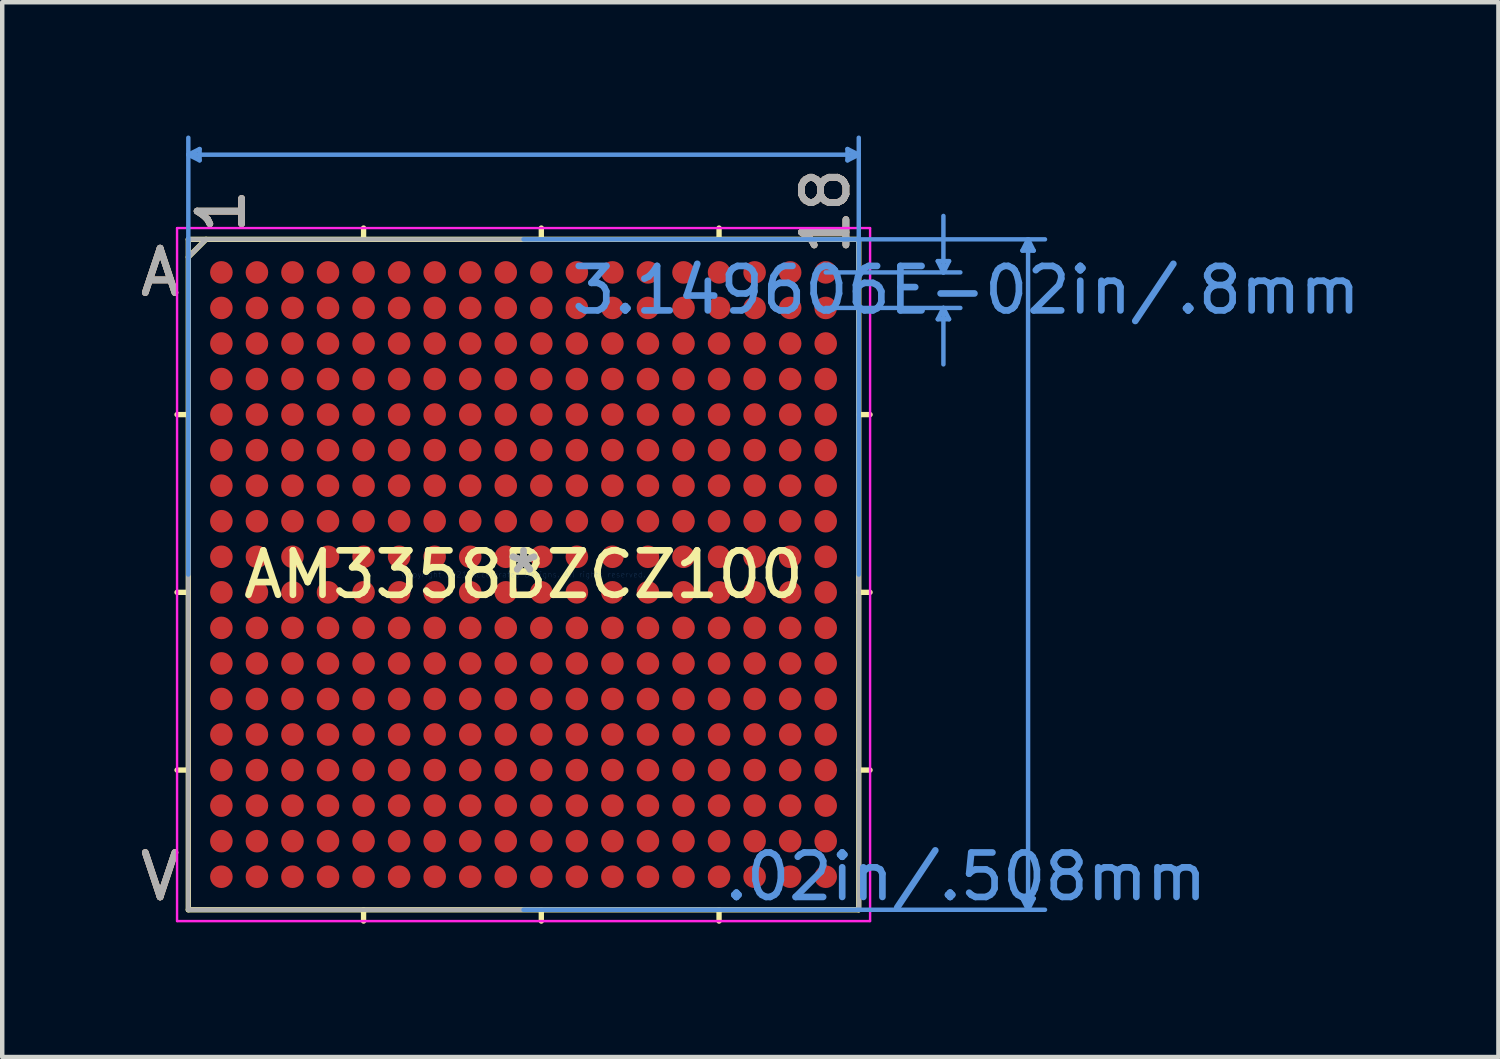
<source format=kicad_pcb>
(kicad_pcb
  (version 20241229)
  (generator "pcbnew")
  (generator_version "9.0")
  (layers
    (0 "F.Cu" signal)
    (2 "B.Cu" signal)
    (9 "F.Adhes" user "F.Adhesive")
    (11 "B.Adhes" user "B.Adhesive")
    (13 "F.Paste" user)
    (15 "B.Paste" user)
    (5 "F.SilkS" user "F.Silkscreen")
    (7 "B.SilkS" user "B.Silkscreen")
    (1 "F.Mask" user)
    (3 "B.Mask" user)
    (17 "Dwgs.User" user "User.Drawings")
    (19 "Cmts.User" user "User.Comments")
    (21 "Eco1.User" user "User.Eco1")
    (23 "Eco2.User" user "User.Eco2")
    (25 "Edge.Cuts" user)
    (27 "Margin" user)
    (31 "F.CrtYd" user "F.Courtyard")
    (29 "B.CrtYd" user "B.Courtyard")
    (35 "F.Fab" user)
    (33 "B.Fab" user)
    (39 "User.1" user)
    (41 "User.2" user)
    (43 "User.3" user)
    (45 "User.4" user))
  (footprint "AM3358BZCZ100"
    (layer "F.Cu")
    (at 8.732 9.88)
    (property "Reference" "AM3358BZCZ100" (at 0 0 0) (layer "F.SilkS") (effects (font (size 1 1) (thickness 0.15))))
    (attr through_hole)
    (fp_line (start -7.544 -7.544) (end -7.544 7.544) (stroke (width 0.12) (type solid)) (layer "F.SilkS"))
    (fp_line (start -7.544 -3.6) (end -7.798 -3.6) (stroke (width 0.12) (type solid)) (layer "F.SilkS"))
    (fp_line (start -7.544 0.4) (end -7.798 0.4) (stroke (width 0.12) (type solid)) (layer "F.SilkS"))
    (fp_line (start -7.544 4.4) (end -7.798 4.4) (stroke (width 0.12) (type solid)) (layer "F.SilkS"))
    (fp_line (start -7.544 7.544) (end 7.544 7.544) (stroke (width 0.12) (type solid)) (layer "F.SilkS"))
    (fp_line (start -7.144 -7.544) (end -7.544 -7.144) (stroke (width 0.12) (type solid)) (layer "F.SilkS"))
    (fp_line (start -3.6 -7.544) (end -3.6 -7.798) (stroke (width 0.12) (type solid)) (layer "F.SilkS"))
    (fp_line (start -3.6 7.544) (end -3.6 7.798) (stroke (width 0.12) (type solid)) (layer "F.SilkS"))
    (fp_line (start 0.4 -7.544) (end 0.4 -7.798) (stroke (width 0.12) (type solid)) (layer "F.SilkS"))
    (fp_line (start 0.4 7.544) (end 0.4 7.798) (stroke (width 0.12) (type solid)) (layer "F.SilkS"))
    (fp_line (start 4.4 -7.544) (end 4.4 -7.798) (stroke (width 0.12) (type solid)) (layer "F.SilkS"))
    (fp_line (start 4.4 7.544) (end 4.4 7.798) (stroke (width 0.12) (type solid)) (layer "F.SilkS"))
    (fp_line (start 7.544 -7.544) (end -7.544 -7.544) (stroke (width 0.12) (type solid)) (layer "F.SilkS"))
    (fp_line (start 7.544 -3.6) (end 7.798 -3.6) (stroke (width 0.12) (type solid)) (layer "F.SilkS"))
    (fp_line (start 7.544 0.4) (end 7.798 0.4) (stroke (width 0.12) (type solid)) (layer "F.SilkS"))
    (fp_line (start 7.544 4.4) (end 7.798 4.4) (stroke (width 0.12) (type solid)) (layer "F.SilkS"))
    (fp_line (start 7.544 7.544) (end 7.544 -7.544) (stroke (width 0.12) (type solid)) (layer "F.SilkS"))
    (fp_line (start -7.544 -9.449) (end -7.29 -9.576) (stroke (width 0.1) (type solid)) (layer "Cmts.User"))
    (fp_line (start -7.544 -9.449) (end -7.29 -9.322) (stroke (width 0.1) (type solid)) (layer "Cmts.User"))
    (fp_line (start -7.544 -9.449) (end 7.544 -9.449) (stroke (width 0.1) (type solid)) (layer "Cmts.User"))
    (fp_line (start -7.544 0) (end -7.544 -9.83) (stroke (width 0.1) (type solid)) (layer "Cmts.User"))
    (fp_line (start -7.29 -9.576) (end -7.29 -9.322) (stroke (width 0.1) (type solid)) (layer "Cmts.User"))
    (fp_line (start 0 -7.544) (end 11.735 -7.544) (stroke (width 0.1) (type solid)) (layer "Cmts.User"))
    (fp_line (start 0 7.544) (end 11.735 7.544) (stroke (width 0.1) (type solid)) (layer "Cmts.User"))
    (fp_line (start 6.8 -6.8) (end 9.83 -6.8) (stroke (width 0.1) (type solid)) (layer "Cmts.User"))
    (fp_line (start 6.8 -6) (end 9.83 -6) (stroke (width 0.1) (type solid)) (layer "Cmts.User"))
    (fp_line (start 7.29 -9.576) (end 7.29 -9.322) (stroke (width 0.1) (type solid)) (layer "Cmts.User"))
    (fp_line (start 7.544 -9.449) (end 7.29 -9.576) (stroke (width 0.1) (type solid)) (layer "Cmts.User"))
    (fp_line (start 7.544 -9.449) (end 7.29 -9.322) (stroke (width 0.1) (type solid)) (layer "Cmts.User"))
    (fp_line (start 7.544 0) (end 7.544 -9.83) (stroke (width 0.1) (type solid)) (layer "Cmts.User"))
    (fp_line (start 9.322 -7.054) (end 9.576 -7.054) (stroke (width 0.1) (type solid)) (layer "Cmts.User"))
    (fp_line (start 9.322 -5.746) (end 9.576 -5.746) (stroke (width 0.1) (type solid)) (layer "Cmts.User"))
    (fp_line (start 9.449 -6.8) (end 9.322 -7.054) (stroke (width 0.1) (type solid)) (layer "Cmts.User"))
    (fp_line (start 9.449 -6.8) (end 9.449 -8.07) (stroke (width 0.1) (type solid)) (layer "Cmts.User"))
    (fp_line (start 9.449 -6.8) (end 9.576 -7.054) (stroke (width 0.1) (type solid)) (layer "Cmts.User"))
    (fp_line (start 9.449 -6) (end 9.322 -5.746) (stroke (width 0.1) (type solid)) (layer "Cmts.User"))
    (fp_line (start 9.449 -6) (end 9.449 -4.73) (stroke (width 0.1) (type solid)) (layer "Cmts.User"))
    (fp_line (start 9.449 -6) (end 9.576 -5.746) (stroke (width 0.1) (type solid)) (layer "Cmts.User"))
    (fp_line (start 11.227 -7.29) (end 11.481 -7.29) (stroke (width 0.1) (type solid)) (layer "Cmts.User"))
    (fp_line (start 11.227 7.29) (end 11.481 7.29) (stroke (width 0.1) (type solid)) (layer "Cmts.User"))
    (fp_line (start 11.354 -7.544) (end 11.227 -7.29) (stroke (width 0.1) (type solid)) (layer "Cmts.User"))
    (fp_line (start 11.354 -7.544) (end 11.354 7.544) (stroke (width 0.1) (type solid)) (layer "Cmts.User"))
    (fp_line (start 11.354 -7.544) (end 11.481 -7.29) (stroke (width 0.1) (type solid)) (layer "Cmts.User"))
    (fp_line (start 11.354 7.544) (end 11.227 7.29) (stroke (width 0.1) (type solid)) (layer "Cmts.User"))
    (fp_line (start 11.354 7.544) (end 11.481 7.29) (stroke (width 0.1) (type solid)) (layer "Cmts.User"))
    (fp_line (start -7.798 -7.798) (end 7.798 -7.798) (stroke (width 0.05) (type solid)) (layer "F.CrtYd"))
    (fp_line (start -7.798 -7.798) (end 7.798 -7.798) (stroke (width 0.05) (type solid)) (layer "F.CrtYd"))
    (fp_line (start -7.798 7.798) (end -7.798 -7.798) (stroke (width 0.05) (type solid)) (layer "F.CrtYd"))
    (fp_line (start -7.798 7.798) (end -7.798 -7.798) (stroke (width 0.05) (type solid)) (layer "F.CrtYd"))
    (fp_line (start 7.798 -7.798) (end 7.798 7.798) (stroke (width 0.05) (type solid)) (layer "F.CrtYd"))
    (fp_line (start 7.798 -7.798) (end 7.798 7.798) (stroke (width 0.05) (type solid)) (layer "F.CrtYd"))
    (fp_line (start 7.798 7.798) (end -7.798 7.798) (stroke (width 0.05) (type solid)) (layer "F.CrtYd"))
    (fp_line (start 7.798 7.798) (end -7.798 7.798) (stroke (width 0.05) (type solid)) (layer "F.CrtYd"))
    (fp_line (start -7.544 -7.544) (end -7.544 7.544) (stroke (width 0.1) (type solid)) (layer "F.Fab"))
    (fp_line (start -7.544 7.544) (end 7.544 7.544) (stroke (width 0.1) (type solid)) (layer "F.Fab"))
    (fp_line (start -7.144 -7.544) (end -7.544 -7.144) (stroke (width 0.1) (type solid)) (layer "F.Fab"))
    (fp_line (start 7.544 -7.544) (end -7.544 -7.544) (stroke (width 0.1) (type solid)) (layer "F.Fab"))
    (fp_line (start 7.544 7.544) (end 7.544 -7.544) (stroke (width 0.1) (type solid)) (layer "F.Fab"))
    (fp_text user "18" (at 6.8 -8.179 90) (layer "F.SilkS") (effects (font (size 1 1) (thickness 0.15))))
    (fp_text user "1" (at -6.8 -8.179 90) (layer "F.SilkS") (effects (font (size 1 1) (thickness 0.15))))
    (fp_text user "V" (at -8.179 6.8 0) (layer "F.SilkS") (effects (font (size 1 1) (thickness 0.15))))
    (fp_text user "*" (at 0 0 0) (layer "F.SilkS") (effects (font (size 1 1) (thickness 0.15))))
    (fp_text user "A" (at -8.179 -6.8 0) (layer "F.SilkS") (effects (font (size 1 1) (thickness 0.15))))
    (fp_text user "A" (at -8.179 -6.8 0) (layer "B.SilkS") (effects (font (size 1 1) (thickness 0.15))))
    (fp_text user "1" (at -6.8 -8.179 90) (layer "B.SilkS") (effects (font (size 1 1) (thickness 0.15))))
    (fp_text user "V" (at -8.179 6.8 0) (layer "B.SilkS") (effects (font (size 1 1) (thickness 0.15))))
    (fp_text user "18" (at 6.8 -8.179 90) (layer "B.SilkS") (effects (font (size 1 1) (thickness 0.15))))
    (fp_text user ".02in/.508mm" (at 9.957 6.8 0) (layer "Cmts.User") (effects (font (size 1 1) (thickness 0.15))))
    (fp_text user "Copyright 2021 Accelerated Designs. All rights reserved." (at 0 0 0) (layer "Cmts.User") (effects (font (size 0.127 0.127) (thickness 0.002))))
    (fp_text user "3.149606E-02in/.8mm" (at 9.957 -6.4 0) (layer "Cmts.User") (effects (font (size 1 1) (thickness 0.15))))
    (fp_text user "18" (at 6.8 -8.179 90) (layer "F.Fab") (effects (font (size 1 1) (thickness 0.15))))
    (fp_text user "1" (at -6.8 -8.179 90) (layer "F.Fab") (effects (font (size 1 1) (thickness 0.15))))
    (fp_text user "A" (at -8.179 -6.8 0) (layer "F.Fab") (effects (font (size 1 1) (thickness 0.15))))
    (fp_text user "V" (at -8.179 6.8 0) (layer "F.Fab") (effects (font (size 1 1) (thickness 0.15))))
    (fp_text user "*" (at 0 0 0) (layer "F.Fab") (effects (font (size 1 1) (thickness 0.15))))
    (pad "A1" smd circle (at -6.8 -6.8) (size 0.508 0.508) (layers "F.Cu"))
    (pad "A2" smd circle (at -6 -6.8) (size 0.508 0.508) (layers "F.Cu"))
    (pad "A3" smd circle (at -5.2 -6.8) (size 0.508 0.508) (layers "F.Cu"))
    (pad "A4" smd circle (at -4.4 -6.8) (size 0.508 0.508) (layers "F.Cu"))
    (pad "A5" smd circle (at -3.6 -6.8) (size 0.508 0.508) (layers "F.Cu"))
    (pad "A6" smd circle (at -2.8 -6.8) (size 0.508 0.508) (layers "F.Cu"))
    (pad "A7" smd circle (at -2 -6.8) (size 0.508 0.508) (layers "F.Cu"))
    (pad "A8" smd circle (at -1.2 -6.8) (size 0.508 0.508) (layers "F.Cu"))
    (pad "A9" smd circle (at -0.4 -6.8) (size 0.508 0.508) (layers "F.Cu"))
    (pad "A10" smd circle (at 0.4 -6.8) (size 0.508 0.508) (layers "F.Cu"))
    (pad "A11" smd circle (at 1.2 -6.8) (size 0.508 0.508) (layers "F.Cu"))
    (pad "A12" smd circle (at 2 -6.8) (size 0.508 0.508) (layers "F.Cu"))
    (pad "A13" smd circle (at 2.8 -6.8) (size 0.508 0.508) (layers "F.Cu"))
    (pad "A14" smd circle (at 3.6 -6.8) (size 0.508 0.508) (layers "F.Cu"))
    (pad "A15" smd circle (at 4.4 -6.8) (size 0.508 0.508) (layers "F.Cu"))
    (pad "A16" smd circle (at 5.2 -6.8) (size 0.508 0.508) (layers "F.Cu"))
    (pad "A17" smd circle (at 6 -6.8) (size 0.508 0.508) (layers "F.Cu"))
    (pad "A18" smd circle (at 6.8 -6.8) (size 0.508 0.508) (layers "F.Cu"))
    (pad "B1" smd circle (at -6.8 -6) (size 0.508 0.508) (layers "F.Cu"))
    (pad "B2" smd circle (at -6 -6) (size 0.508 0.508) (layers "F.Cu"))
    (pad "B3" smd circle (at -5.2 -6) (size 0.508 0.508) (layers "F.Cu"))
    (pad "B4" smd circle (at -4.4 -6) (size 0.508 0.508) (layers "F.Cu"))
    (pad "B5" smd circle (at -3.6 -6) (size 0.508 0.508) (layers "F.Cu"))
    (pad "B6" smd circle (at -2.8 -6) (size 0.508 0.508) (layers "F.Cu"))
    (pad "B7" smd circle (at -2 -6) (size 0.508 0.508) (layers "F.Cu"))
    (pad "B8" smd circle (at -1.2 -6) (size 0.508 0.508) (layers "F.Cu"))
    (pad "B9" smd circle (at -0.4 -6) (size 0.508 0.508) (layers "F.Cu"))
    (pad "B10" smd circle (at 0.4 -6) (size 0.508 0.508) (layers "F.Cu"))
    (pad "B11" smd circle (at 1.2 -6) (size 0.508 0.508) (layers "F.Cu"))
    (pad "B12" smd circle (at 2 -6) (size 0.508 0.508) (layers "F.Cu"))
    (pad "B13" smd circle (at 2.8 -6) (size 0.508 0.508) (layers "F.Cu"))
    (pad "B14" smd circle (at 3.6 -6) (size 0.508 0.508) (layers "F.Cu"))
    (pad "B15" smd circle (at 4.4 -6) (size 0.508 0.508) (layers "F.Cu"))
    (pad "B16" smd circle (at 5.2 -6) (size 0.508 0.508) (layers "F.Cu"))
    (pad "B17" smd circle (at 6 -6) (size 0.508 0.508) (layers "F.Cu"))
    (pad "B18" smd circle (at 6.8 -6) (size 0.508 0.508) (layers "F.Cu"))
    (pad "C1" smd circle (at -6.8 -5.2) (size 0.508 0.508) (layers "F.Cu"))
    (pad "C2" smd circle (at -6 -5.2) (size 0.508 0.508) (layers "F.Cu"))
    (pad "C3" smd circle (at -5.2 -5.2) (size 0.508 0.508) (layers "F.Cu"))
    (pad "C4" smd circle (at -4.4 -5.2) (size 0.508 0.508) (layers "F.Cu"))
    (pad "C5" smd circle (at -3.6 -5.2) (size 0.508 0.508) (layers "F.Cu"))
    (pad "C6" smd circle (at -2.8 -5.2) (size 0.508 0.508) (layers "F.Cu"))
    (pad "C7" smd circle (at -2 -5.2) (size 0.508 0.508) (layers "F.Cu"))
    (pad "C8" smd circle (at -1.2 -5.2) (size 0.508 0.508) (layers "F.Cu"))
    (pad "C9" smd circle (at -0.4 -5.2) (size 0.508 0.508) (layers "F.Cu"))
    (pad "C10" smd circle (at 0.4 -5.2) (size 0.508 0.508) (layers "F.Cu"))
    (pad "C11" smd circle (at 1.2 -5.2) (size 0.508 0.508) (layers "F.Cu"))
    (pad "C12" smd circle (at 2 -5.2) (size 0.508 0.508) (layers "F.Cu"))
    (pad "C13" smd circle (at 2.8 -5.2) (size 0.508 0.508) (layers "F.Cu"))
    (pad "C14" smd circle (at 3.6 -5.2) (size 0.508 0.508) (layers "F.Cu"))
    (pad "C15" smd circle (at 4.4 -5.2) (size 0.508 0.508) (layers "F.Cu"))
    (pad "C16" smd circle (at 5.2 -5.2) (size 0.508 0.508) (layers "F.Cu"))
    (pad "C17" smd circle (at 6 -5.2) (size 0.508 0.508) (layers "F.Cu"))
    (pad "C18" smd circle (at 6.8 -5.2) (size 0.508 0.508) (layers "F.Cu"))
    (pad "D1" smd circle (at -6.8 -4.4) (size 0.508 0.508) (layers "F.Cu"))
    (pad "D2" smd circle (at -6 -4.4) (size 0.508 0.508) (layers "F.Cu"))
    (pad "D3" smd circle (at -5.2 -4.4) (size 0.508 0.508) (layers "F.Cu"))
    (pad "D4" smd circle (at -4.4 -4.4) (size 0.508 0.508) (layers "F.Cu"))
    (pad "D5" smd circle (at -3.6 -4.4) (size 0.508 0.508) (layers "F.Cu"))
    (pad "D6" smd circle (at -2.8 -4.4) (size 0.508 0.508) (layers "F.Cu"))
    (pad "D7" smd circle (at -2 -4.4) (size 0.508 0.508) (layers "F.Cu"))
    (pad "D8" smd circle (at -1.2 -4.4) (size 0.508 0.508) (layers "F.Cu"))
    (pad "D9" smd circle (at -0.4 -4.4) (size 0.508 0.508) (layers "F.Cu"))
    (pad "D10" smd circle (at 0.4 -4.4) (size 0.508 0.508) (layers "F.Cu"))
    (pad "D11" smd circle (at 1.2 -4.4) (size 0.508 0.508) (layers "F.Cu"))
    (pad "D12" smd circle (at 2 -4.4) (size 0.508 0.508) (layers "F.Cu"))
    (pad "D13" smd circle (at 2.8 -4.4) (size 0.508 0.508) (layers "F.Cu"))
    (pad "D14" smd circle (at 3.6 -4.4) (size 0.508 0.508) (layers "F.Cu"))
    (pad "D15" smd circle (at 4.4 -4.4) (size 0.508 0.508) (layers "F.Cu"))
    (pad "D16" smd circle (at 5.2 -4.4) (size 0.508 0.508) (layers "F.Cu"))
    (pad "D17" smd circle (at 6 -4.4) (size 0.508 0.508) (layers "F.Cu"))
    (pad "D18" smd circle (at 6.8 -4.4) (size 0.508 0.508) (layers "F.Cu"))
    (pad "E1" smd circle (at -6.8 -3.6) (size 0.508 0.508) (layers "F.Cu"))
    (pad "E2" smd circle (at -6 -3.6) (size 0.508 0.508) (layers "F.Cu"))
    (pad "E3" smd circle (at -5.2 -3.6) (size 0.508 0.508) (layers "F.Cu"))
    (pad "E4" smd circle (at -4.4 -3.6) (size 0.508 0.508) (layers "F.Cu"))
    (pad "E5" smd circle (at -3.6 -3.6) (size 0.508 0.508) (layers "F.Cu"))
    (pad "E6" smd circle (at -2.8 -3.6) (size 0.508 0.508) (layers "F.Cu"))
    (pad "E7" smd circle (at -2 -3.6) (size 0.508 0.508) (layers "F.Cu"))
    (pad "E8" smd circle (at -1.2 -3.6) (size 0.508 0.508) (layers "F.Cu"))
    (pad "E9" smd circle (at -0.4 -3.6) (size 0.508 0.508) (layers "F.Cu"))
    (pad "E10" smd circle (at 0.4 -3.6) (size 0.508 0.508) (layers "F.Cu"))
    (pad "E11" smd circle (at 1.2 -3.6) (size 0.508 0.508) (layers "F.Cu"))
    (pad "E12" smd circle (at 2 -3.6) (size 0.508 0.508) (layers "F.Cu"))
    (pad "E13" smd circle (at 2.8 -3.6) (size 0.508 0.508) (layers "F.Cu"))
    (pad "E14" smd circle (at 3.6 -3.6) (size 0.508 0.508) (layers "F.Cu"))
    (pad "E15" smd circle (at 4.4 -3.6) (size 0.508 0.508) (layers "F.Cu"))
    (pad "E16" smd circle (at 5.2 -3.6) (size 0.508 0.508) (layers "F.Cu"))
    (pad "E17" smd circle (at 6 -3.6) (size 0.508 0.508) (layers "F.Cu"))
    (pad "E18" smd circle (at 6.8 -3.6) (size 0.508 0.508) (layers "F.Cu"))
    (pad "F1" smd circle (at -6.8 -2.8) (size 0.508 0.508) (layers "F.Cu"))
    (pad "F2" smd circle (at -6 -2.8) (size 0.508 0.508) (layers "F.Cu"))
    (pad "F3" smd circle (at -5.2 -2.8) (size 0.508 0.508) (layers "F.Cu"))
    (pad "F4" smd circle (at -4.4 -2.8) (size 0.508 0.508) (layers "F.Cu"))
    (pad "F5" smd circle (at -3.6 -2.8) (size 0.508 0.508) (layers "F.Cu"))
    (pad "F6" smd circle (at -2.8 -2.8) (size 0.508 0.508) (layers "F.Cu"))
    (pad "F7" smd circle (at -2 -2.8) (size 0.508 0.508) (layers "F.Cu"))
    (pad "F8" smd circle (at -1.2 -2.8) (size 0.508 0.508) (layers "F.Cu"))
    (pad "F9" smd circle (at -0.4 -2.8) (size 0.508 0.508) (layers "F.Cu"))
    (pad "F10" smd circle (at 0.4 -2.8) (size 0.508 0.508) (layers "F.Cu"))
    (pad "F11" smd circle (at 1.2 -2.8) (size 0.508 0.508) (layers "F.Cu"))
    (pad "F12" smd circle (at 2 -2.8) (size 0.508 0.508) (layers "F.Cu"))
    (pad "F13" smd circle (at 2.8 -2.8) (size 0.508 0.508) (layers "F.Cu"))
    (pad "F14" smd circle (at 3.6 -2.8) (size 0.508 0.508) (layers "F.Cu"))
    (pad "F15" smd circle (at 4.4 -2.8) (size 0.508 0.508) (layers "F.Cu"))
    (pad "F16" smd circle (at 5.2 -2.8) (size 0.508 0.508) (layers "F.Cu"))
    (pad "F17" smd circle (at 6 -2.8) (size 0.508 0.508) (layers "F.Cu"))
    (pad "F18" smd circle (at 6.8 -2.8) (size 0.508 0.508) (layers "F.Cu"))
    (pad "G1" smd circle (at -6.8 -2) (size 0.508 0.508) (layers "F.Cu"))
    (pad "G2" smd circle (at -6 -2) (size 0.508 0.508) (layers "F.Cu"))
    (pad "G3" smd circle (at -5.2 -2) (size 0.508 0.508) (layers "F.Cu"))
    (pad "G4" smd circle (at -4.4 -2) (size 0.508 0.508) (layers "F.Cu"))
    (pad "G5" smd circle (at -3.6 -2) (size 0.508 0.508) (layers "F.Cu"))
    (pad "G6" smd circle (at -2.8 -2) (size 0.508 0.508) (layers "F.Cu"))
    (pad "G7" smd circle (at -2 -2) (size 0.508 0.508) (layers "F.Cu"))
    (pad "G8" smd circle (at -1.2 -2) (size 0.508 0.508) (layers "F.Cu"))
    (pad "G9" smd circle (at -0.4 -2) (size 0.508 0.508) (layers "F.Cu"))
    (pad "G10" smd circle (at 0.4 -2) (size 0.508 0.508) (layers "F.Cu"))
    (pad "G11" smd circle (at 1.2 -2) (size 0.508 0.508) (layers "F.Cu"))
    (pad "G12" smd circle (at 2 -2) (size 0.508 0.508) (layers "F.Cu"))
    (pad "G13" smd circle (at 2.8 -2) (size 0.508 0.508) (layers "F.Cu"))
    (pad "G14" smd circle (at 3.6 -2) (size 0.508 0.508) (layers "F.Cu"))
    (pad "G15" smd circle (at 4.4 -2) (size 0.508 0.508) (layers "F.Cu"))
    (pad "G16" smd circle (at 5.2 -2) (size 0.508 0.508) (layers "F.Cu"))
    (pad "G17" smd circle (at 6 -2) (size 0.508 0.508) (layers "F.Cu"))
    (pad "G18" smd circle (at 6.8 -2) (size 0.508 0.508) (layers "F.Cu"))
    (pad "H1" smd circle (at -6.8 -1.2) (size 0.508 0.508) (layers "F.Cu"))
    (pad "H2" smd circle (at -6 -1.2) (size 0.508 0.508) (layers "F.Cu"))
    (pad "H3" smd circle (at -5.2 -1.2) (size 0.508 0.508) (layers "F.Cu"))
    (pad "H4" smd circle (at -4.4 -1.2) (size 0.508 0.508) (layers "F.Cu"))
    (pad "H5" smd circle (at -3.6 -1.2) (size 0.508 0.508) (layers "F.Cu"))
    (pad "H6" smd circle (at -2.8 -1.2) (size 0.508 0.508) (layers "F.Cu"))
    (pad "H7" smd circle (at -2 -1.2) (size 0.508 0.508) (layers "F.Cu"))
    (pad "H8" smd circle (at -1.2 -1.2) (size 0.508 0.508) (layers "F.Cu"))
    (pad "H9" smd circle (at -0.4 -1.2) (size 0.508 0.508) (layers "F.Cu"))
    (pad "H10" smd circle (at 0.4 -1.2) (size 0.508 0.508) (layers "F.Cu"))
    (pad "H11" smd circle (at 1.2 -1.2) (size 0.508 0.508) (layers "F.Cu"))
    (pad "H12" smd circle (at 2 -1.2) (size 0.508 0.508) (layers "F.Cu"))
    (pad "H13" smd circle (at 2.8 -1.2) (size 0.508 0.508) (layers "F.Cu"))
    (pad "H14" smd circle (at 3.6 -1.2) (size 0.508 0.508) (layers "F.Cu"))
    (pad "H15" smd circle (at 4.4 -1.2) (size 0.508 0.508) (layers "F.Cu"))
    (pad "H16" smd circle (at 5.2 -1.2) (size 0.508 0.508) (layers "F.Cu"))
    (pad "H17" smd circle (at 6 -1.2) (size 0.508 0.508) (layers "F.Cu"))
    (pad "H18" smd circle (at 6.8 -1.2) (size 0.508 0.508) (layers "F.Cu"))
    (pad "J1" smd circle (at -6.8 -0.4) (size 0.508 0.508) (layers "F.Cu"))
    (pad "J2" smd circle (at -6 -0.4) (size 0.508 0.508) (layers "F.Cu"))
    (pad "J3" smd circle (at -5.2 -0.4) (size 0.508 0.508) (layers "F.Cu"))
    (pad "J4" smd circle (at -4.4 -0.4) (size 0.508 0.508) (layers "F.Cu"))
    (pad "J5" smd circle (at -3.6 -0.4) (size 0.508 0.508) (layers "F.Cu"))
    (pad "J6" smd circle (at -2.8 -0.4) (size 0.508 0.508) (layers "F.Cu"))
    (pad "J7" smd circle (at -2 -0.4) (size 0.508 0.508) (layers "F.Cu"))
    (pad "J8" smd circle (at -1.2 -0.4) (size 0.508 0.508) (layers "F.Cu"))
    (pad "J9" smd circle (at -0.4 -0.4) (size 0.508 0.508) (layers "F.Cu"))
    (pad "J10" smd circle (at 0.4 -0.4) (size 0.508 0.508) (layers "F.Cu"))
    (pad "J11" smd circle (at 1.2 -0.4) (size 0.508 0.508) (layers "F.Cu"))
    (pad "J12" smd circle (at 2 -0.4) (size 0.508 0.508) (layers "F.Cu"))
    (pad "J13" smd circle (at 2.8 -0.4) (size 0.508 0.508) (layers "F.Cu"))
    (pad "J14" smd circle (at 3.6 -0.4) (size 0.508 0.508) (layers "F.Cu"))
    (pad "J15" smd circle (at 4.4 -0.4) (size 0.508 0.508) (layers "F.Cu"))
    (pad "J16" smd circle (at 5.2 -0.4) (size 0.508 0.508) (layers "F.Cu"))
    (pad "J17" smd circle (at 6 -0.4) (size 0.508 0.508) (layers "F.Cu"))
    (pad "J18" smd circle (at 6.8 -0.4) (size 0.508 0.508) (layers "F.Cu"))
    (pad "K1" smd circle (at -6.8 0.4) (size 0.508 0.508) (layers "F.Cu"))
    (pad "K2" smd circle (at -6 0.4) (size 0.508 0.508) (layers "F.Cu"))
    (pad "K3" smd circle (at -5.2 0.4) (size 0.508 0.508) (layers "F.Cu"))
    (pad "K4" smd circle (at -4.4 0.4) (size 0.508 0.508) (layers "F.Cu"))
    (pad "K5" smd circle (at -3.6 0.4) (size 0.508 0.508) (layers "F.Cu"))
    (pad "K6" smd circle (at -2.8 0.4) (size 0.508 0.508) (layers "F.Cu"))
    (pad "K7" smd circle (at -2 0.4) (size 0.508 0.508) (layers "F.Cu"))
    (pad "K8" smd circle (at -1.2 0.4) (size 0.508 0.508) (layers "F.Cu"))
    (pad "K9" smd circle (at -0.4 0.4) (size 0.508 0.508) (layers "F.Cu"))
    (pad "K10" smd circle (at 0.4 0.4) (size 0.508 0.508) (layers "F.Cu"))
    (pad "K11" smd circle (at 1.2 0.4) (size 0.508 0.508) (layers "F.Cu"))
    (pad "K12" smd circle (at 2 0.4) (size 0.508 0.508) (layers "F.Cu"))
    (pad "K13" smd circle (at 2.8 0.4) (size 0.508 0.508) (layers "F.Cu"))
    (pad "K14" smd circle (at 3.6 0.4) (size 0.508 0.508) (layers "F.Cu"))
    (pad "K15" smd circle (at 4.4 0.4) (size 0.508 0.508) (layers "F.Cu"))
    (pad "K16" smd circle (at 5.2 0.4) (size 0.508 0.508) (layers "F.Cu"))
    (pad "K17" smd circle (at 6 0.4) (size 0.508 0.508) (layers "F.Cu"))
    (pad "K18" smd circle (at 6.8 0.4) (size 0.508 0.508) (layers "F.Cu"))
    (pad "L1" smd circle (at -6.8 1.2) (size 0.508 0.508) (layers "F.Cu"))
    (pad "L2" smd circle (at -6 1.2) (size 0.508 0.508) (layers "F.Cu"))
    (pad "L3" smd circle (at -5.2 1.2) (size 0.508 0.508) (layers "F.Cu"))
    (pad "L4" smd circle (at -4.4 1.2) (size 0.508 0.508) (layers "F.Cu"))
    (pad "L5" smd circle (at -3.6 1.2) (size 0.508 0.508) (layers "F.Cu"))
    (pad "L6" smd circle (at -2.8 1.2) (size 0.508 0.508) (layers "F.Cu"))
    (pad "L7" smd circle (at -2 1.2) (size 0.508 0.508) (layers "F.Cu"))
    (pad "L8" smd circle (at -1.2 1.2) (size 0.508 0.508) (layers "F.Cu"))
    (pad "L9" smd circle (at -0.4 1.2) (size 0.508 0.508) (layers "F.Cu"))
    (pad "L10" smd circle (at 0.4 1.2) (size 0.508 0.508) (layers "F.Cu"))
    (pad "L11" smd circle (at 1.2 1.2) (size 0.508 0.508) (layers "F.Cu"))
    (pad "L12" smd circle (at 2 1.2) (size 0.508 0.508) (layers "F.Cu"))
    (pad "L13" smd circle (at 2.8 1.2) (size 0.508 0.508) (layers "F.Cu"))
    (pad "L14" smd circle (at 3.6 1.2) (size 0.508 0.508) (layers "F.Cu"))
    (pad "L15" smd circle (at 4.4 1.2) (size 0.508 0.508) (layers "F.Cu"))
    (pad "L16" smd circle (at 5.2 1.2) (size 0.508 0.508) (layers "F.Cu"))
    (pad "L17" smd circle (at 6 1.2) (size 0.508 0.508) (layers "F.Cu"))
    (pad "L18" smd circle (at 6.8 1.2) (size 0.508 0.508) (layers "F.Cu"))
    (pad "M1" smd circle (at -6.8 2) (size 0.508 0.508) (layers "F.Cu"))
    (pad "M2" smd circle (at -6 2) (size 0.508 0.508) (layers "F.Cu"))
    (pad "M3" smd circle (at -5.2 2) (size 0.508 0.508) (layers "F.Cu"))
    (pad "M4" smd circle (at -4.4 2) (size 0.508 0.508) (layers "F.Cu"))
    (pad "M5" smd circle (at -3.6 2) (size 0.508 0.508) (layers "F.Cu"))
    (pad "M6" smd circle (at -2.8 2) (size 0.508 0.508) (layers "F.Cu"))
    (pad "M7" smd circle (at -2 2) (size 0.508 0.508) (layers "F.Cu"))
    (pad "M8" smd circle (at -1.2 2) (size 0.508 0.508) (layers "F.Cu"))
    (pad "M9" smd circle (at -0.4 2) (size 0.508 0.508) (layers "F.Cu"))
    (pad "M10" smd circle (at 0.4 2) (size 0.508 0.508) (layers "F.Cu"))
    (pad "M11" smd circle (at 1.2 2) (size 0.508 0.508) (layers "F.Cu"))
    (pad "M12" smd circle (at 2 2) (size 0.508 0.508) (layers "F.Cu"))
    (pad "M13" smd circle (at 2.8 2) (size 0.508 0.508) (layers "F.Cu"))
    (pad "M14" smd circle (at 3.6 2) (size 0.508 0.508) (layers "F.Cu"))
    (pad "M15" smd circle (at 4.4 2) (size 0.508 0.508) (layers "F.Cu"))
    (pad "M16" smd circle (at 5.2 2) (size 0.508 0.508) (layers "F.Cu"))
    (pad "M17" smd circle (at 6 2) (size 0.508 0.508) (layers "F.Cu"))
    (pad "M18" smd circle (at 6.8 2) (size 0.508 0.508) (layers "F.Cu"))
    (pad "N1" smd circle (at -6.8 2.8) (size 0.508 0.508) (layers "F.Cu"))
    (pad "N2" smd circle (at -6 2.8) (size 0.508 0.508) (layers "F.Cu"))
    (pad "N3" smd circle (at -5.2 2.8) (size 0.508 0.508) (layers "F.Cu"))
    (pad "N4" smd circle (at -4.4 2.8) (size 0.508 0.508) (layers "F.Cu"))
    (pad "N5" smd circle (at -3.6 2.8) (size 0.508 0.508) (layers "F.Cu"))
    (pad "N6" smd circle (at -2.8 2.8) (size 0.508 0.508) (layers "F.Cu"))
    (pad "N7" smd circle (at -2 2.8) (size 0.508 0.508) (layers "F.Cu"))
    (pad "N8" smd circle (at -1.2 2.8) (size 0.508 0.508) (layers "F.Cu"))
    (pad "N9" smd circle (at -0.4 2.8) (size 0.508 0.508) (layers "F.Cu"))
    (pad "N10" smd circle (at 0.4 2.8) (size 0.508 0.508) (layers "F.Cu"))
    (pad "N11" smd circle (at 1.2 2.8) (size 0.508 0.508) (layers "F.Cu"))
    (pad "N12" smd circle (at 2 2.8) (size 0.508 0.508) (layers "F.Cu"))
    (pad "N13" smd circle (at 2.8 2.8) (size 0.508 0.508) (layers "F.Cu"))
    (pad "N14" smd circle (at 3.6 2.8) (size 0.508 0.508) (layers "F.Cu"))
    (pad "N15" smd circle (at 4.4 2.8) (size 0.508 0.508) (layers "F.Cu"))
    (pad "N16" smd circle (at 5.2 2.8) (size 0.508 0.508) (layers "F.Cu"))
    (pad "N17" smd circle (at 6 2.8) (size 0.508 0.508) (layers "F.Cu"))
    (pad "N18" smd circle (at 6.8 2.8) (size 0.508 0.508) (layers "F.Cu"))
    (pad "P1" smd circle (at -6.8 3.6) (size 0.508 0.508) (layers "F.Cu"))
    (pad "P2" smd circle (at -6 3.6) (size 0.508 0.508) (layers "F.Cu"))
    (pad "P3" smd circle (at -5.2 3.6) (size 0.508 0.508) (layers "F.Cu"))
    (pad "P4" smd circle (at -4.4 3.6) (size 0.508 0.508) (layers "F.Cu"))
    (pad "P5" smd circle (at -3.6 3.6) (size 0.508 0.508) (layers "F.Cu"))
    (pad "P6" smd circle (at -2.8 3.6) (size 0.508 0.508) (layers "F.Cu"))
    (pad "P7" smd circle (at -2 3.6) (size 0.508 0.508) (layers "F.Cu"))
    (pad "P8" smd circle (at -1.2 3.6) (size 0.508 0.508) (layers "F.Cu"))
    (pad "P9" smd circle (at -0.4 3.6) (size 0.508 0.508) (layers "F.Cu"))
    (pad "P10" smd circle (at 0.4 3.6) (size 0.508 0.508) (layers "F.Cu"))
    (pad "P11" smd circle (at 1.2 3.6) (size 0.508 0.508) (layers "F.Cu"))
    (pad "P12" smd circle (at 2 3.6) (size 0.508 0.508) (layers "F.Cu"))
    (pad "P13" smd circle (at 2.8 3.6) (size 0.508 0.508) (layers "F.Cu"))
    (pad "P14" smd circle (at 3.6 3.6) (size 0.508 0.508) (layers "F.Cu"))
    (pad "P15" smd circle (at 4.4 3.6) (size 0.508 0.508) (layers "F.Cu"))
    (pad "P16" smd circle (at 5.2 3.6) (size 0.508 0.508) (layers "F.Cu"))
    (pad "P17" smd circle (at 6 3.6) (size 0.508 0.508) (layers "F.Cu"))
    (pad "P18" smd circle (at 6.8 3.6) (size 0.508 0.508) (layers "F.Cu"))
    (pad "R1" smd circle (at -6.8 4.4) (size 0.508 0.508) (layers "F.Cu"))
    (pad "R2" smd circle (at -6 4.4) (size 0.508 0.508) (layers "F.Cu"))
    (pad "R3" smd circle (at -5.2 4.4) (size 0.508 0.508) (layers "F.Cu"))
    (pad "R4" smd circle (at -4.4 4.4) (size 0.508 0.508) (layers "F.Cu"))
    (pad "R5" smd circle (at -3.6 4.4) (size 0.508 0.508) (layers "F.Cu"))
    (pad "R6" smd circle (at -2.8 4.4) (size 0.508 0.508) (layers "F.Cu"))
    (pad "R7" smd circle (at -2 4.4) (size 0.508 0.508) (layers "F.Cu"))
    (pad "R8" smd circle (at -1.2 4.4) (size 0.508 0.508) (layers "F.Cu"))
    (pad "R9" smd circle (at -0.4 4.4) (size 0.508 0.508) (layers "F.Cu"))
    (pad "R10" smd circle (at 0.4 4.4) (size 0.508 0.508) (layers "F.Cu"))
    (pad "R11" smd circle (at 1.2 4.4) (size 0.508 0.508) (layers "F.Cu"))
    (pad "R12" smd circle (at 2 4.4) (size 0.508 0.508) (layers "F.Cu"))
    (pad "R13" smd circle (at 2.8 4.4) (size 0.508 0.508) (layers "F.Cu"))
    (pad "R14" smd circle (at 3.6 4.4) (size 0.508 0.508) (layers "F.Cu"))
    (pad "R15" smd circle (at 4.4 4.4) (size 0.508 0.508) (layers "F.Cu"))
    (pad "R16" smd circle (at 5.2 4.4) (size 0.508 0.508) (layers "F.Cu"))
    (pad "R17" smd circle (at 6 4.4) (size 0.508 0.508) (layers "F.Cu"))
    (pad "R18" smd circle (at 6.8 4.4) (size 0.508 0.508) (layers "F.Cu"))
    (pad "T1" smd circle (at -6.8 5.2) (size 0.508 0.508) (layers "F.Cu"))
    (pad "T2" smd circle (at -6 5.2) (size 0.508 0.508) (layers "F.Cu"))
    (pad "T3" smd circle (at -5.2 5.2) (size 0.508 0.508) (layers "F.Cu"))
    (pad "T4" smd circle (at -4.4 5.2) (size 0.508 0.508) (layers "F.Cu"))
    (pad "T5" smd circle (at -3.6 5.2) (size 0.508 0.508) (layers "F.Cu"))
    (pad "T6" smd circle (at -2.8 5.2) (size 0.508 0.508) (layers "F.Cu"))
    (pad "T7" smd circle (at -2 5.2) (size 0.508 0.508) (layers "F.Cu"))
    (pad "T8" smd circle (at -1.2 5.2) (size 0.508 0.508) (layers "F.Cu"))
    (pad "T9" smd circle (at -0.4 5.2) (size 0.508 0.508) (layers "F.Cu"))
    (pad "T10" smd circle (at 0.4 5.2) (size 0.508 0.508) (layers "F.Cu"))
    (pad "T11" smd circle (at 1.2 5.2) (size 0.508 0.508) (layers "F.Cu"))
    (pad "T12" smd circle (at 2 5.2) (size 0.508 0.508) (layers "F.Cu"))
    (pad "T13" smd circle (at 2.8 5.2) (size 0.508 0.508) (layers "F.Cu"))
    (pad "T14" smd circle (at 3.6 5.2) (size 0.508 0.508) (layers "F.Cu"))
    (pad "T15" smd circle (at 4.4 5.2) (size 0.508 0.508) (layers "F.Cu"))
    (pad "T16" smd circle (at 5.2 5.2) (size 0.508 0.508) (layers "F.Cu"))
    (pad "T17" smd circle (at 6 5.2) (size 0.508 0.508) (layers "F.Cu"))
    (pad "T18" smd circle (at 6.8 5.2) (size 0.508 0.508) (layers "F.Cu"))
    (pad "U1" smd circle (at -6.8 6) (size 0.508 0.508) (layers "F.Cu"))
    (pad "U2" smd circle (at -6 6) (size 0.508 0.508) (layers "F.Cu"))
    (pad "U3" smd circle (at -5.2 6) (size 0.508 0.508) (layers "F.Cu"))
    (pad "U4" smd circle (at -4.4 6) (size 0.508 0.508) (layers "F.Cu"))
    (pad "U5" smd circle (at -3.6 6) (size 0.508 0.508) (layers "F.Cu"))
    (pad "U6" smd circle (at -2.8 6) (size 0.508 0.508) (layers "F.Cu"))
    (pad "U7" smd circle (at -2 6) (size 0.508 0.508) (layers "F.Cu"))
    (pad "U8" smd circle (at -1.2 6) (size 0.508 0.508) (layers "F.Cu"))
    (pad "U9" smd circle (at -0.4 6) (size 0.508 0.508) (layers "F.Cu"))
    (pad "U10" smd circle (at 0.4 6) (size 0.508 0.508) (layers "F.Cu"))
    (pad "U11" smd circle (at 1.2 6) (size 0.508 0.508) (layers "F.Cu"))
    (pad "U12" smd circle (at 2 6) (size 0.508 0.508) (layers "F.Cu"))
    (pad "U13" smd circle (at 2.8 6) (size 0.508 0.508) (layers "F.Cu"))
    (pad "U14" smd circle (at 3.6 6) (size 0.508 0.508) (layers "F.Cu"))
    (pad "U15" smd circle (at 4.4 6) (size 0.508 0.508) (layers "F.Cu"))
    (pad "U16" smd circle (at 5.2 6) (size 0.508 0.508) (layers "F.Cu"))
    (pad "U17" smd circle (at 6 6) (size 0.508 0.508) (layers "F.Cu"))
    (pad "U18" smd circle (at 6.8 6) (size 0.508 0.508) (layers "F.Cu"))
    (pad "V1" smd circle (at -6.8 6.8) (size 0.508 0.508) (layers "F.Cu"))
    (pad "V2" smd circle (at -6 6.8) (size 0.508 0.508) (layers "F.Cu"))
    (pad "V3" smd circle (at -5.2 6.8) (size 0.508 0.508) (layers "F.Cu"))
    (pad "V4" smd circle (at -4.4 6.8) (size 0.508 0.508) (layers "F.Cu"))
    (pad "V5" smd circle (at -3.6 6.8) (size 0.508 0.508) (layers "F.Cu"))
    (pad "V6" smd circle (at -2.8 6.8) (size 0.508 0.508) (layers "F.Cu"))
    (pad "V7" smd circle (at -2 6.8) (size 0.508 0.508) (layers "F.Cu"))
    (pad "V8" smd circle (at -1.2 6.8) (size 0.508 0.508) (layers "F.Cu"))
    (pad "V9" smd circle (at -0.4 6.8) (size 0.508 0.508) (layers "F.Cu"))
    (pad "V10" smd circle (at 0.4 6.8) (size 0.508 0.508) (layers "F.Cu"))
    (pad "V11" smd circle (at 1.2 6.8) (size 0.508 0.508) (layers "F.Cu"))
    (pad "V12" smd circle (at 2 6.8) (size 0.508 0.508) (layers "F.Cu"))
    (pad "V13" smd circle (at 2.8 6.8) (size 0.508 0.508) (layers "F.Cu"))
    (pad "V14" smd circle (at 3.6 6.8) (size 0.508 0.508) (layers "F.Cu"))
    (pad "V15" smd circle (at 4.4 6.8) (size 0.508 0.508) (layers "F.Cu"))
    (pad "V16" smd circle (at 5.2 6.8) (size 0.508 0.508) (layers "F.Cu"))
    (pad "V17" smd circle (at 6 6.8) (size 0.508 0.508) (layers "F.Cu"))
    (pad "V18" smd circle (at 6.8 6.8) (size 0.508 0.508) (layers "F.Cu")))
  (gr_rect
    (start -3 -3)
    (end 30.671 20.738)
    (stroke (width 0.1) (type default))
    (fill no)
    (layer "Edge.Cuts")))
</source>
